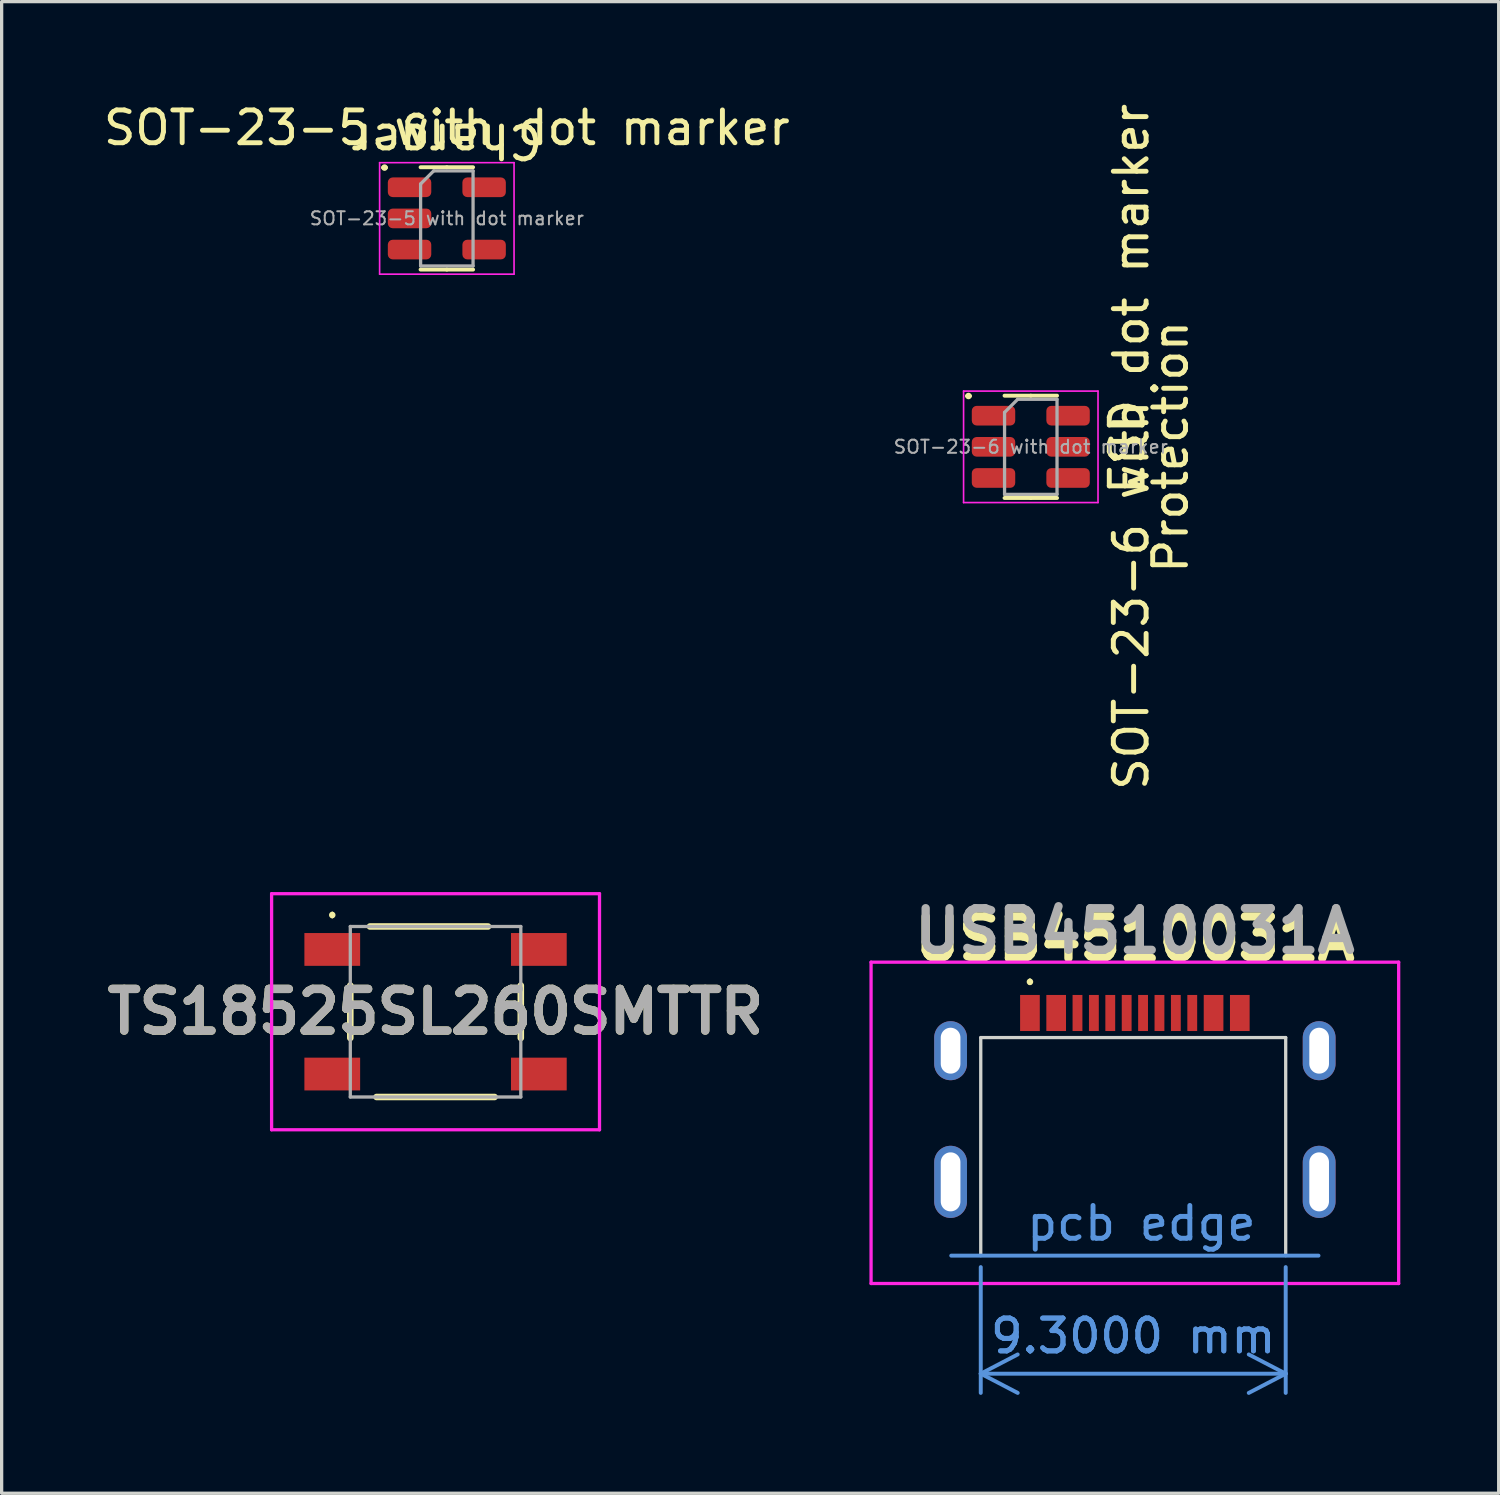
<source format=kicad_pcb>
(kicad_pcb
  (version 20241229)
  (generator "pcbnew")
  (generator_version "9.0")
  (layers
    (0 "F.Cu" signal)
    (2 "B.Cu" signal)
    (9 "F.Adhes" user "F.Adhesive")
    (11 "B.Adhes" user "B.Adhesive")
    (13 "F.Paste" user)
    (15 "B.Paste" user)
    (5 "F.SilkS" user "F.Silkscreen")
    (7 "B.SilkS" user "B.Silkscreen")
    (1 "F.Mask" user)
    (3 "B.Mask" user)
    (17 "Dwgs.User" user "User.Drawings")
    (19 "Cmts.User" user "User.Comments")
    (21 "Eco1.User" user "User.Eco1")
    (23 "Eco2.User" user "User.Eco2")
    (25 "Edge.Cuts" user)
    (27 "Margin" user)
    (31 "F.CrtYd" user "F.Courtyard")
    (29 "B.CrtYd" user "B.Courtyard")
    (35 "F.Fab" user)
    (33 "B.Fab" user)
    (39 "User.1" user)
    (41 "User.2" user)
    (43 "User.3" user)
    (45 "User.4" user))
  (footprint "SOT-23-6 with dot marker"
    (layer "F.Cu")
    (at 28.386 10.577)
    (property "Reference" "SOT-23-6 with dot marker" (at 3.062 0 90) (layer "F.SilkS") (effects (font (size 1 1) (thickness 0.15))))
    (attr smd)
    (fp_line (start -1.95 -1.55) (end -1.95 -1.55) (stroke (width 0.1) (type solid)) (layer "F.SilkS"))
    (fp_line (start -1.85 -1.55) (end -1.85 -1.55) (stroke (width 0.1) (type solid)) (layer "F.SilkS"))
    (fp_line (start 0 -1.56) (end -0.8 -1.56) (stroke (width 0.12) (type solid)) (layer "F.SilkS"))
    (fp_line (start 0 -1.56) (end 0.8 -1.56) (stroke (width 0.12) (type solid)) (layer "F.SilkS"))
    (fp_line (start 0 1.56) (end -0.8 1.56) (stroke (width 0.12) (type solid)) (layer "F.SilkS"))
    (fp_line (start 0 1.56) (end 0.8 1.56) (stroke (width 0.12) (type solid)) (layer "F.SilkS"))
    (fp_arc (start -1.95 -1.55) (mid -1.9 -1.6) (end -1.85 -1.55) (stroke (width 0.1) (type solid)) (layer "F.SilkS"))
    (fp_arc (start -1.85 -1.55) (mid -1.9 -1.5) (end -1.95 -1.55) (stroke (width 0.1) (type solid)) (layer "F.SilkS"))
    (fp_line (start -2.05 -1.7) (end -2.05 1.7) (stroke (width 0.05) (type solid)) (layer "F.CrtYd"))
    (fp_line (start -2.05 1.7) (end 2.05 1.7) (stroke (width 0.05) (type solid)) (layer "F.CrtYd"))
    (fp_line (start 2.05 -1.7) (end -2.05 -1.7) (stroke (width 0.05) (type solid)) (layer "F.CrtYd"))
    (fp_line (start 2.05 1.7) (end 2.05 -1.7) (stroke (width 0.05) (type solid)) (layer "F.CrtYd"))
    (fp_line (start -0.8 -1.05) (end -0.4 -1.45) (stroke (width 0.1) (type solid)) (layer "F.Fab"))
    (fp_line (start -0.8 1.45) (end -0.8 -1.05) (stroke (width 0.1) (type solid)) (layer "F.Fab"))
    (fp_line (start -0.4 -1.45) (end 0.8 -1.45) (stroke (width 0.1) (type solid)) (layer "F.Fab"))
    (fp_line (start 0.8 -1.45) (end 0.8 1.45) (stroke (width 0.1) (type solid)) (layer "F.Fab"))
    (fp_line (start 0.8 1.45) (end -0.8 1.45) (stroke (width 0.1) (type solid)) (layer "F.Fab"))
    (fp_text user "ESD" (at 2.939 0 90) (unlocked yes) (layer "F.SilkS") (effects (font (size 1 1) (thickness 0.15))))
    (fp_text user "Protection" (at 4.263 0 90) (unlocked yes) (layer "F.SilkS") (effects (font (size 1 1) (thickness 0.15))))
    (fp_text user "${REFERENCE}" (at 0 0 180) (layer "F.Fab") (effects (font (size 0.4 0.4) (thickness 0.06))))
    (pad "1" smd roundrect (at -1.137 -0.95) (size 1.325 0.6) (layers "F.Cu" "F.Mask" "F.Paste") (roundrect_rratio 0.25))
    (pad "2" smd roundrect (at -1.137 0) (size 1.325 0.6) (layers "F.Cu" "F.Mask" "F.Paste") (roundrect_rratio 0.25))
    (pad "3" smd roundrect (at -1.137 0.95) (size 1.325 0.6) (layers "F.Cu" "F.Mask" "F.Paste") (roundrect_rratio 0.25))
    (pad "4" smd roundrect (at 1.137 0.95) (size 1.325 0.6) (layers "F.Cu" "F.Mask" "F.Paste") (roundrect_rratio 0.25))
    (pad "5" smd roundrect (at 1.137 0) (size 1.325 0.6) (layers "F.Cu" "F.Mask" "F.Paste") (roundrect_rratio 0.25))
    (pad "6" smd roundrect (at 1.137 -0.95) (size 1.325 0.6) (layers "F.Cu" "F.Mask" "F.Paste") (roundrect_rratio 0.25)))
  (footprint "TS18525SL260SMTTR"
    (layer "F.Cu")
    (at 10.233 27.805)
    (property "Reference" "TS18525SL260SMTTR" (at 0 0 0) (layer "F.SilkS") (effects (font (size 1.27 1.27) (thickness 0.254))))
    (attr smd)
    (fp_line (start -3.15 -3) (end -3.15 -3) (stroke (width 0.1) (type solid)) (layer "F.SilkS"))
    (fp_line (start -3.15 -2.9) (end -3.15 -2.9) (stroke (width 0.1) (type solid)) (layer "F.SilkS"))
    (fp_line (start -2.6 0.8) (end -2.6 -0.8) (stroke (width 0.2) (type solid)) (layer "F.SilkS"))
    (fp_line (start -1.8 2.6) (end 1.8 2.6) (stroke (width 0.2) (type solid)) (layer "F.SilkS"))
    (fp_line (start 1.6 -2.6) (end -2 -2.6) (stroke (width 0.2) (type solid)) (layer "F.SilkS"))
    (fp_line (start 2.6 0.8) (end 2.6 -0.8) (stroke (width 0.2) (type solid)) (layer "F.SilkS"))
    (fp_arc (start -3.15 -3) (mid -3.1 -2.95) (end -3.15 -2.9) (stroke (width 0.1) (type solid)) (layer "F.SilkS"))
    (fp_arc (start -3.15 -2.9) (mid -3.2 -2.95) (end -3.15 -3) (stroke (width 0.1) (type solid)) (layer "F.SilkS"))
    (fp_line (start -5 -3.6) (end 5 -3.6) (stroke (width 0.1) (type solid)) (layer "F.CrtYd"))
    (fp_line (start -5 3.6) (end -5 -3.6) (stroke (width 0.1) (type solid)) (layer "F.CrtYd"))
    (fp_line (start 5 -3.6) (end 5 3.6) (stroke (width 0.1) (type solid)) (layer "F.CrtYd"))
    (fp_line (start 5 3.6) (end -5 3.6) (stroke (width 0.1) (type solid)) (layer "F.CrtYd"))
    (fp_line (start -2.6 -2.6) (end -2.6 2.6) (stroke (width 0.1) (type solid)) (layer "F.Fab"))
    (fp_line (start -2.6 2.6) (end 2.6 2.6) (stroke (width 0.1) (type solid)) (layer "F.Fab"))
    (fp_line (start 2.6 -2.6) (end -2.6 -2.6) (stroke (width 0.1) (type solid)) (layer "F.Fab"))
    (fp_line (start 2.6 2.6) (end 2.6 -2.6) (stroke (width 0.1) (type solid)) (layer "F.Fab"))
    (fp_text user "${REFERENCE}" (at 0 0 0) (layer "F.Fab") (effects (font (size 1.27 1.27) (thickness 0.254))))
    (pad "1" smd rect (at -3.15 -1.9 90) (size 1 1.7) (layers "F.Cu" "F.Mask" "F.Paste"))
    (pad "2" smd rect (at 3.15 -1.9 90) (size 1 1.7) (layers "F.Cu" "F.Mask" "F.Paste"))
    (pad "3" smd rect (at -3.15 1.9 90) (size 1 1.7) (layers "F.Cu" "F.Mask" "F.Paste"))
    (pad "4" smd rect (at 3.15 1.9 90) (size 1 1.7) (layers "F.Cu" "F.Mask" "F.Paste")))
  (footprint "USB4510031A"
    (layer "F.Cu")
    (at 31.56 35.243)
    (property "Reference" "USB4510031A" (at 0 -9.65 0) (layer "F.SilkS") (effects (font (size 1.27 1.27) (thickness 0.254))))
    (attr smd)
    (fp_line (start -3.2 -8.4) (end -3.2 -8.4) (stroke (width 0.1) (type solid)) (layer "F.SilkS"))
    (fp_line (start -3.2 -8.3) (end -3.2 -8.3) (stroke (width 0.1) (type solid)) (layer "F.SilkS"))
    (fp_arc (start -3.2 -8.4) (mid -3.15 -8.35) (end -3.2 -8.3) (stroke (width 0.1) (type solid)) (layer "F.SilkS"))
    (fp_arc (start -3.2 -8.3) (mid -3.25 -8.35) (end -3.2 -8.4) (stroke (width 0.1) (type solid)) (layer "F.SilkS"))
    (fp_line (start 5.6 0) (end -5.6 0) (stroke (width 0.12) (type default)) (layer "Cmts.User"))
    (fp_line (start -4.7 -6.65) (end -4.7 0) (stroke (width 0.1) (type solid)) (layer "Edge.Cuts"))
    (fp_line (start 4.6 -6.65) (end -4.7 -6.65) (stroke (width 0.1) (type solid)) (layer "Edge.Cuts"))
    (fp_line (start 4.6 0) (end 4.6 -6.65) (stroke (width 0.1) (type solid)) (layer "Edge.Cuts"))
    (fp_line (start -8.045 -8.95) (end 8.045 -8.95) (stroke (width 0.1) (type solid)) (layer "F.CrtYd"))
    (fp_line (start -8.045 0.85) (end -8.045 -8.95) (stroke (width 0.1) (type solid)) (layer "F.CrtYd"))
    (fp_line (start 8.045 -8.95) (end 8.045 0.85) (stroke (width 0.1) (type solid)) (layer "F.CrtYd"))
    (fp_line (start 8.045 0.85) (end -8.045 0.85) (stroke (width 0.1) (type solid)) (layer "F.CrtYd"))
    (fp_text user "pcb edge" (at 0.2 -0.4 0) (unlocked yes) (layer "Cmts.User") (effects (font (size 1 1) (thickness 0.15)) (justify bottom)))
    (fp_text user "${REFERENCE}" (at 0 -9.9 0) (layer "F.Fab") (effects (font (size 1.27 1.27) (thickness 0.254))))
    (dimension (type aligned) (layer "Cmts.User") (pts (xy 26.86 35.093) (xy 36.16 35.093)) (height 3.75) (format (prefix "") (suffix "") (units 3) (units_format 1) (precision 4)) (style (thickness 0.12) (arrow_length 1.27) (text_position_mode 0) (arrow_direction outward) (extension_height 0.586) (extension_offset 0.5) (keep_text_aligned yes)) (gr_text "9.3000 mm" (at 31.51 37.693 0) (layer "Cmts.User") (effects (font (size 1 1) (thickness 0.15)))))
    (pad "A1" smd rect (at -3.2 -7.4) (size 0.6 1.1) (layers "F.Cu" "F.Mask" "F.Paste"))
    (pad "A4" smd rect (at -2.4 -7.4) (size 0.6 1.1) (layers "F.Cu" "F.Mask" "F.Paste"))
    (pad "A5" smd rect (at -1.25 -7.4) (size 0.3 1.1) (layers "F.Cu" "F.Mask" "F.Paste"))
    (pad "A6" smd rect (at -0.25 -7.4) (size 0.3 1.1) (layers "F.Cu" "F.Mask" "F.Paste"))
    (pad "A7" smd rect (at 0.25 -7.4) (size 0.3 1.1) (layers "F.Cu" "F.Mask" "F.Paste"))
    (pad "A8" smd rect (at 1.25 -7.4) (size 0.3 1.1) (layers "F.Cu" "F.Mask" "F.Paste"))
    (pad "A9" smd rect (at 2.4 -7.4) (size 0.6 1.1) (layers "F.Cu" "F.Mask" "F.Paste"))
    (pad "A12" smd rect (at 3.2 -7.4) (size 0.6 1.1) (layers "F.Cu" "F.Mask" "F.Paste"))
    (pad "B5" smd rect (at 1.75 -7.4) (size 0.3 1.1) (layers "F.Cu" "F.Mask" "F.Paste"))
    (pad "B6" smd rect (at 0.75 -7.4) (size 0.3 1.1) (layers "F.Cu" "F.Mask" "F.Paste"))
    (pad "B7" smd rect (at -0.75 -7.4) (size 0.3 1.1) (layers "F.Cu" "F.Mask" "F.Paste"))
    (pad "B8" smd rect (at -1.75 -7.4) (size 0.3 1.1) (layers "F.Cu" "F.Mask" "F.Paste"))
    (pad "MH1" thru_hole oval (at -5.62 -6.25) (size 1 1.8) (drill oval 0.6 1.4) (layers "*.Cu" "*.Mask"))
    (pad "MH2" thru_hole oval (at -5.62 -2.25) (size 1 2.2) (drill oval 0.6 1.8) (layers "*.Cu" "*.Mask"))
    (pad "MH3" thru_hole oval (at 5.62 -2.25) (size 1 2.2) (drill oval 0.6 1.8) (layers "*.Cu" "*.Mask"))
    (pad "MH4" thru_hole oval (at 5.62 -6.25) (size 1 1.8) (drill oval 0.6 1.4) (layers "*.Cu" "*.Mask")))
  (footprint "SOT-23-5 with dot marker"
    (layer "F.Cu")
    (at 10.577 3.611)
    (property "Reference" "SOT-23-5 with dot marker" (at 0 -2.763 180) (layer "F.SilkS") (effects (font (size 1 1) (thickness 0.15))))
    (attr smd)
    (fp_line (start -1.95 -1.55) (end -1.95 -1.55) (stroke (width 0.1) (type solid)) (layer "F.SilkS"))
    (fp_line (start -1.85 -1.55) (end -1.85 -1.55) (stroke (width 0.1) (type solid)) (layer "F.SilkS"))
    (fp_line (start 0 -1.56) (end -0.8 -1.56) (stroke (width 0.12) (type solid)) (layer "F.SilkS"))
    (fp_line (start 0 -1.56) (end 0.8 -1.56) (stroke (width 0.12) (type solid)) (layer "F.SilkS"))
    (fp_line (start 0 1.56) (end -0.8 1.56) (stroke (width 0.12) (type solid)) (layer "F.SilkS"))
    (fp_line (start 0 1.56) (end 0.8 1.56) (stroke (width 0.12) (type solid)) (layer "F.SilkS"))
    (fp_arc (start -1.95 -1.55) (mid -1.9 -1.6) (end -1.85 -1.55) (stroke (width 0.1) (type solid)) (layer "F.SilkS"))
    (fp_arc (start -1.85 -1.55) (mid -1.9 -1.5) (end -1.95 -1.55) (stroke (width 0.1) (type solid)) (layer "F.SilkS"))
    (fp_line (start -2.05 -1.7) (end -2.05 1.7) (stroke (width 0.05) (type solid)) (layer "F.CrtYd"))
    (fp_line (start -2.05 1.7) (end 2.05 1.7) (stroke (width 0.05) (type solid)) (layer "F.CrtYd"))
    (fp_line (start 2.05 -1.7) (end -2.05 -1.7) (stroke (width 0.05) (type solid)) (layer "F.CrtYd"))
    (fp_line (start 2.05 1.7) (end 2.05 -1.7) (stroke (width 0.05) (type solid)) (layer "F.CrtYd"))
    (fp_line (start -0.8 -1.05) (end -0.4 -1.45) (stroke (width 0.1) (type solid)) (layer "F.Fab"))
    (fp_line (start -0.8 1.45) (end -0.8 -1.05) (stroke (width 0.1) (type solid)) (layer "F.Fab"))
    (fp_line (start -0.4 -1.45) (end 0.8 -1.45) (stroke (width 0.1) (type solid)) (layer "F.Fab"))
    (fp_line (start 0.8 -1.45) (end 0.8 1.45) (stroke (width 0.1) (type solid)) (layer "F.Fab"))
    (fp_line (start 0.8 1.45) (end -0.8 1.45) (stroke (width 0.1) (type solid)) (layer "F.Fab"))
    (fp_text user "Charger" (at 0 -2.362 180) (unlocked yes) (layer "F.SilkS") (effects (font (size 1 1) (thickness 0.15))))
    (fp_text user "${REFERENCE}" (at 0 0 180) (layer "F.Fab") (effects (font (size 0.4 0.4) (thickness 0.06))))
    (pad "1" smd roundrect (at -1.137 -0.95) (size 1.325 0.6) (layers "F.Cu" "F.Mask" "F.Paste") (roundrect_rratio 0.25))
    (pad "2" smd roundrect (at -1.137 0) (size 1.325 0.6) (layers "F.Cu" "F.Mask" "F.Paste") (roundrect_rratio 0.25))
    (pad "3" smd roundrect (at -1.137 0.95) (size 1.325 0.6) (layers "F.Cu" "F.Mask" "F.Paste") (roundrect_rratio 0.25))
    (pad "4" smd roundrect (at 1.137 0.95) (size 1.325 0.6) (layers "F.Cu" "F.Mask" "F.Paste") (roundrect_rratio 0.25))
    (pad "5" smd roundrect (at 1.137 -0.95) (size 1.325 0.6) (layers "F.Cu" "F.Mask" "F.Paste") (roundrect_rratio 0.25)))
  (gr_rect
    (start -3 -3)
    (end 42.655 42.49)
    (stroke (width 0.1) (type default))
    (fill no)
    (layer "Edge.Cuts")))
</source>
